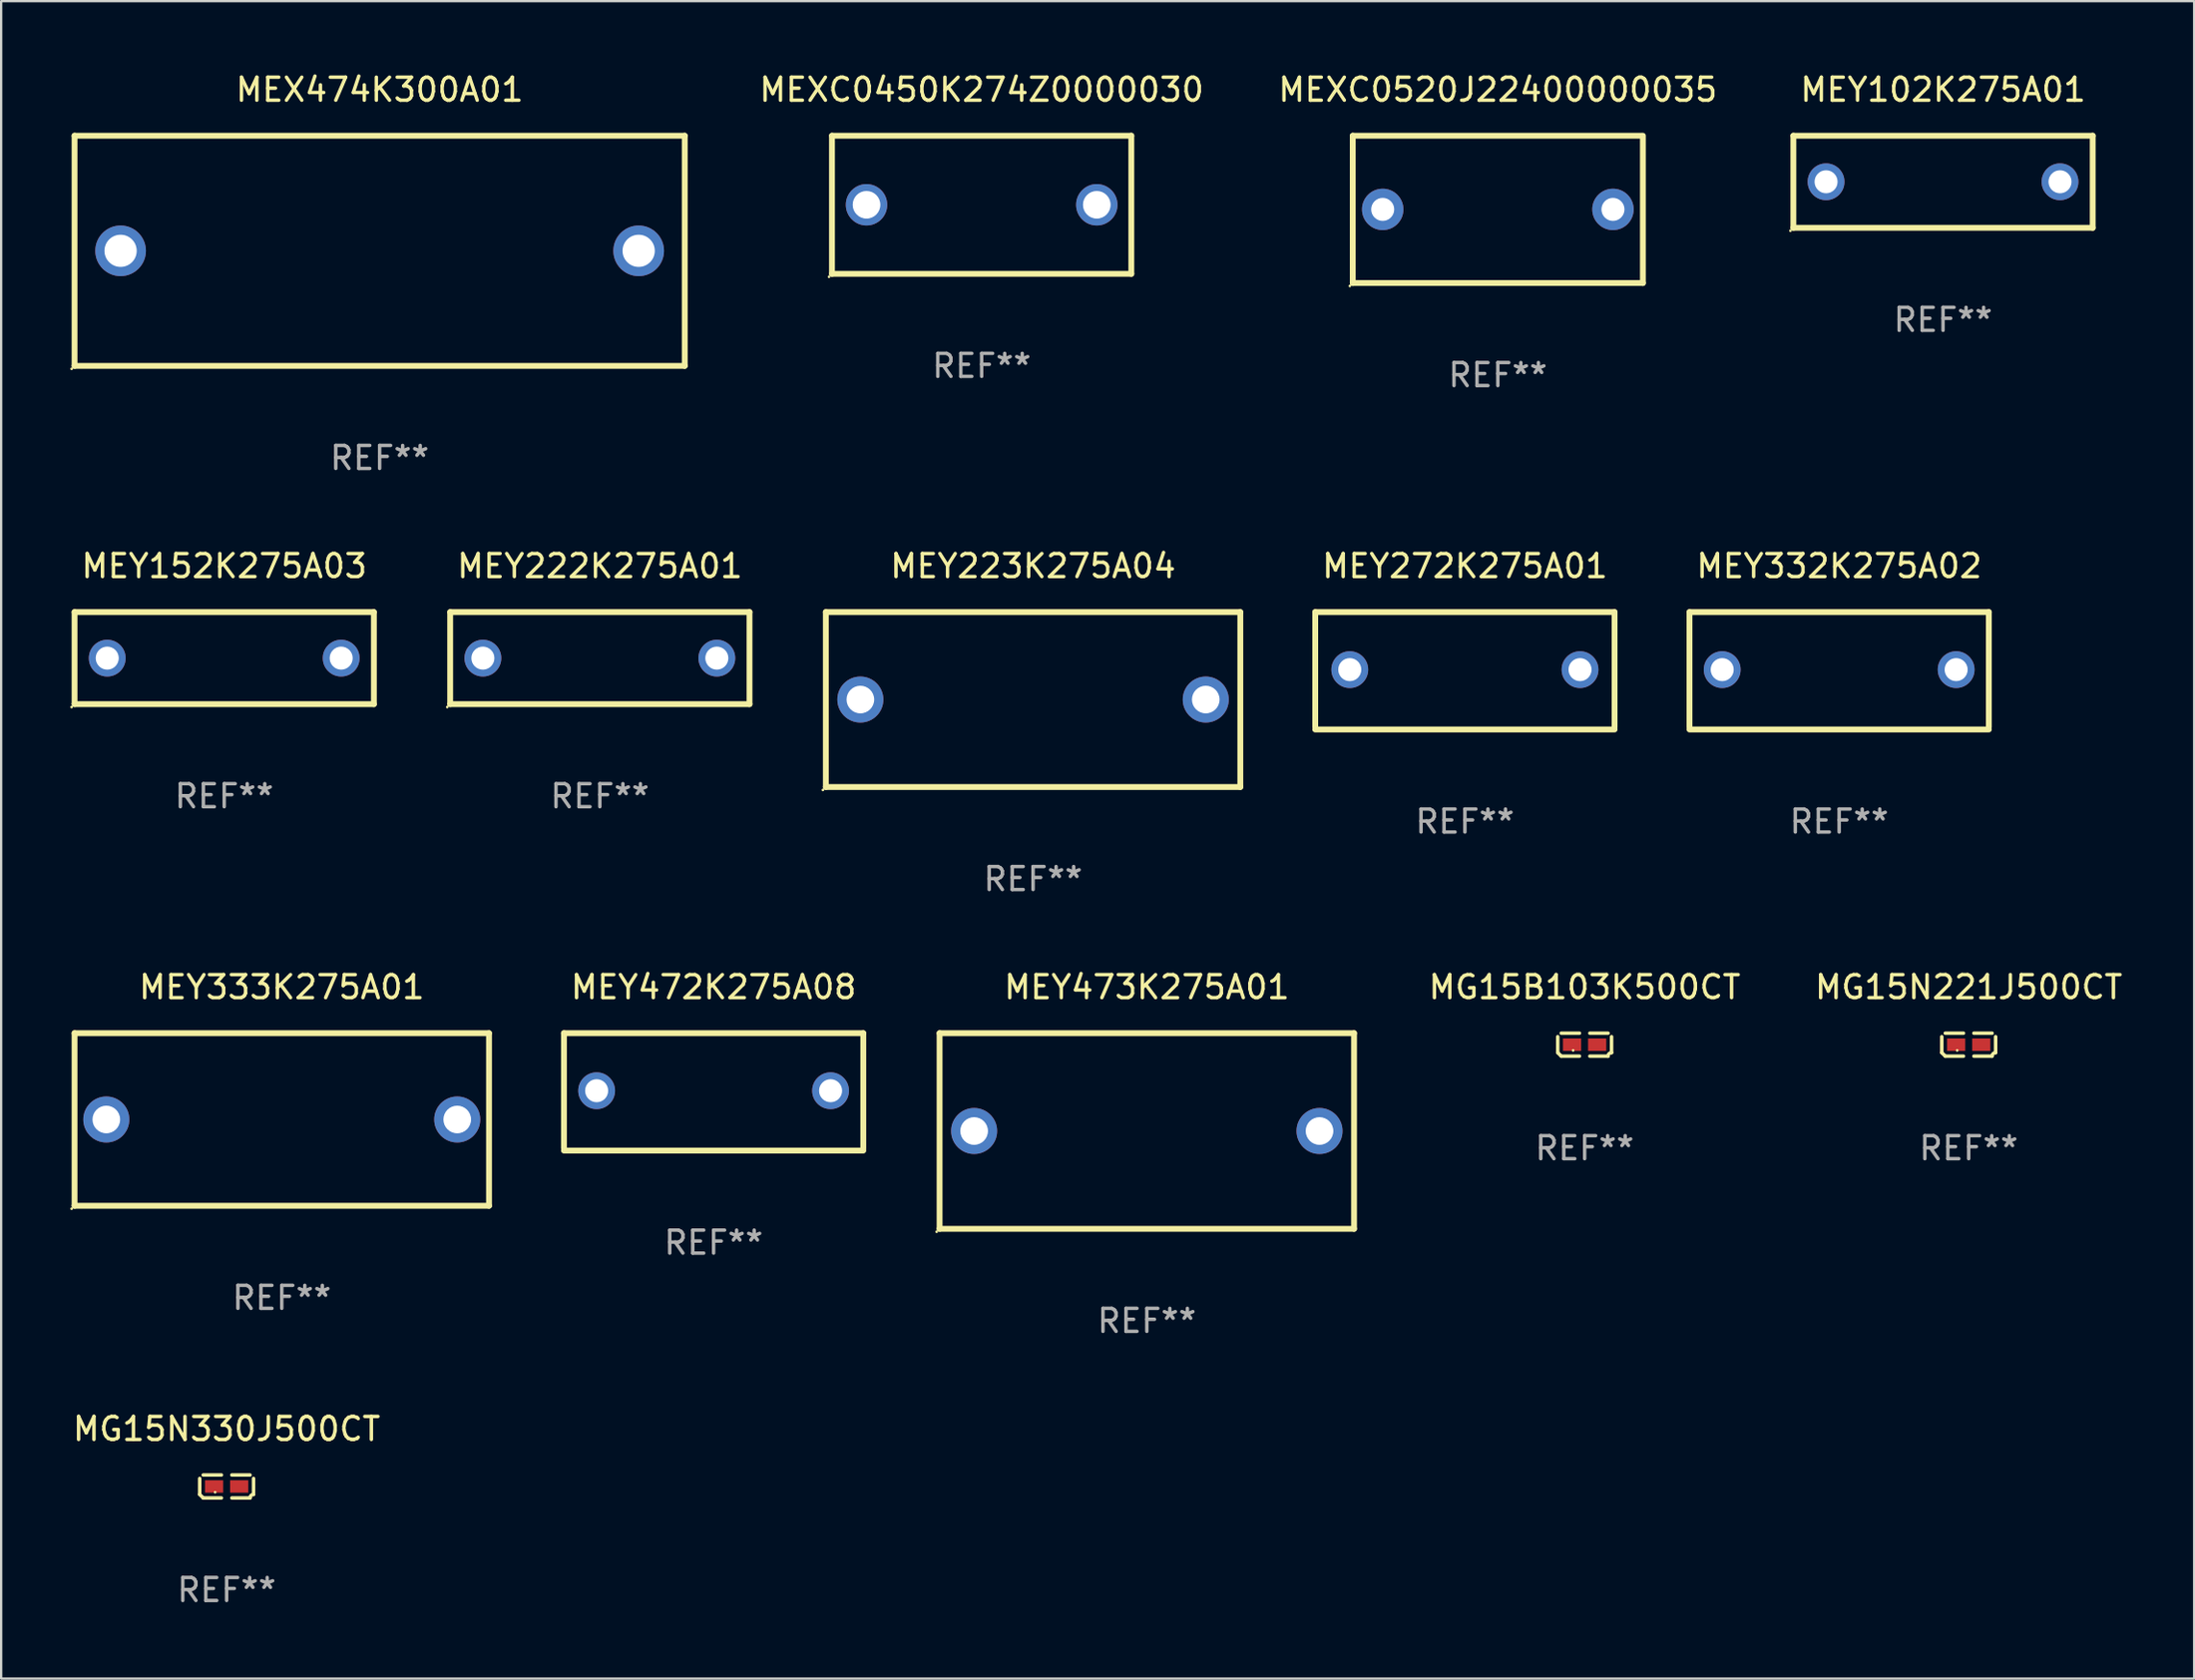
<source format=kicad_pcb>
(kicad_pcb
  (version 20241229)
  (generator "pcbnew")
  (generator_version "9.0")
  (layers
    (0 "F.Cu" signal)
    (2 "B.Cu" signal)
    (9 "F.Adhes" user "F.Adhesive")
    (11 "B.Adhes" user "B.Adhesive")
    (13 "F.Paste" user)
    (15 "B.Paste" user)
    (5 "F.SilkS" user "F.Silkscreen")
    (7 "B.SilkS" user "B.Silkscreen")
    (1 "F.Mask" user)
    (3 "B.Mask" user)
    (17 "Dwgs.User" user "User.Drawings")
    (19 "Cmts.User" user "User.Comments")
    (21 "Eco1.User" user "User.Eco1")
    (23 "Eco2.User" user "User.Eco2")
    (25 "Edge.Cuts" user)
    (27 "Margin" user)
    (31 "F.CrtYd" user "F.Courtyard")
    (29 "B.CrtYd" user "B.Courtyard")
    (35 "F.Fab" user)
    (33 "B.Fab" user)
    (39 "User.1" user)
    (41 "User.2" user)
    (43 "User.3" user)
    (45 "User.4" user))
  (footprint "MEXC0450K274Z0000030"
    (layer "F.Cu")
    (at 39.582 5.848)
    (property "Reference" "MEXC0450K274Z0000030" (at 0 -5 0) (layer "F.SilkS") (effects (font (size 1 1) (thickness 0.15))))
    (attr through_hole)
    (fp_line (start -6.5 -3) (end 6.5 -3) (stroke (width 0.254) (type solid)) (layer "F.SilkS"))
    (fp_line (start -6.5 3) (end -6.5 -3) (stroke (width 0.254) (type solid)) (layer "F.SilkS"))
    (fp_line (start -6.5 3) (end 6.5 3) (stroke (width 0.254) (type solid)) (layer "F.SilkS"))
    (fp_line (start 6.5 -3) (end 6.5 3) (stroke (width 0.254) (type solid)) (layer "F.SilkS"))
    (fp_circle (center -6.627 3.127) (end -6.597 3.127) (stroke (width 0.06) (type solid)) (fill no) (layer "F.SilkS"))
    (fp_text user "REF**" (at 0 7 0) (layer "F.Fab") (effects (font (size 1 1) (thickness 0.15))))
    (pad "1" thru_hole circle (at -5 0) (size 1.8 1.8) (drill 1.2) (layers "*.Cu" "*.Mask"))
    (pad "2" thru_hole circle (at 5 0) (size 1.8 1.8) (drill 1.2) (layers "*.Cu" "*.Mask")))
  (footprint "MEY272K275A01"
    (layer "F.Cu")
    (at 60.569 26.095)
    (property "Reference" "MEY272K275A01" (at 0 -4.55 0) (layer "F.SilkS") (effects (font (size 1 1) (thickness 0.15))))
    (attr through_hole)
    (fp_line (start -6.5 -2.55) (end 6.5 -2.55) (stroke (width 0.254) (type solid)) (layer "F.SilkS"))
    (fp_line (start -6.5 2.45) (end -6.5 -2.55) (stroke (width 0.254) (type solid)) (layer "F.SilkS"))
    (fp_line (start 6.5 -2.55) (end 6.5 2.45) (stroke (width 0.254) (type solid)) (layer "F.SilkS"))
    (fp_line (start 6.5 2.55) (end -6.5 2.55) (stroke (width 0.254) (type solid)) (layer "F.SilkS"))
    (fp_circle (center -6.5 2.45) (end -6.47 2.45) (stroke (width 0.06) (type solid)) (fill no) (layer "F.SilkS"))
    (fp_text user "REF**" (at 0 6.55 0) (layer "F.Fab") (effects (font (size 1 1) (thickness 0.15))))
    (pad "1" thru_hole circle (at -5 -0.05) (size 1.6 1.6) (drill 1) (layers "*.Cu" "*.Mask"))
    (pad "2" thru_hole circle (at 5 -0.05) (size 1.6 1.6) (drill 1) (layers "*.Cu" "*.Mask")))
  (footprint "MEY223K275A04"
    (layer "F.Cu")
    (at 41.815 27.345)
    (property "Reference" "MEY223K275A04" (at 0 -5.8 0) (layer "F.SilkS") (effects (font (size 1 1) (thickness 0.15))))
    (attr through_hole)
    (fp_line (start -9 -3.8) (end -9 3.8) (stroke (width 0.254) (type solid)) (layer "F.SilkS"))
    (fp_line (start -9 -3.8) (end 9 -3.8) (stroke (width 0.254) (type solid)) (layer "F.SilkS"))
    (fp_line (start 9 -3.8) (end 9 3.8) (stroke (width 0.254) (type solid)) (layer "F.SilkS"))
    (fp_line (start 9 3.8) (end -9 3.8) (stroke (width 0.254) (type solid)) (layer "F.SilkS"))
    (fp_circle (center -9.127 3.927) (end -9.097 3.927) (stroke (width 0.06) (type solid)) (fill no) (layer "F.SilkS"))
    (fp_text user "REF**" (at 0 7.8 0) (layer "F.Fab") (effects (font (size 1 1) (thickness 0.15))))
    (pad "1" thru_hole circle (at -7.5 0) (size 2 2) (drill 1.2) (layers "*.Cu" "*.Mask"))
    (pad "2" thru_hole circle (at 7.5 0) (size 2 2) (drill 1.2) (layers "*.Cu" "*.Mask")))
  (footprint "MEY472K275A08"
    (layer "F.Cu")
    (at 27.941 44.391)
    (property "Reference" "MEY472K275A08" (at 0 -4.55 0) (layer "F.SilkS") (effects (font (size 1 1) (thickness 0.15))))
    (attr through_hole)
    (fp_line (start -6.5 -2.55) (end 6.5 -2.55) (stroke (width 0.254) (type solid)) (layer "F.SilkS"))
    (fp_line (start -6.5 2.45) (end -6.5 -2.55) (stroke (width 0.254) (type solid)) (layer "F.SilkS"))
    (fp_line (start 6.5 -2.55) (end 6.5 2.45) (stroke (width 0.254) (type solid)) (layer "F.SilkS"))
    (fp_line (start 6.5 2.55) (end -6.5 2.55) (stroke (width 0.254) (type solid)) (layer "F.SilkS"))
    (fp_circle (center -6.5 2.45) (end -6.47 2.45) (stroke (width 0.06) (type solid)) (fill no) (layer "F.SilkS"))
    (fp_text user "REF**" (at 0 6.55 0) (layer "F.Fab") (effects (font (size 1 1) (thickness 0.15))))
    (pad "1" thru_hole circle (at -5.08 -0.05) (size 1.6 1.6) (drill 1) (layers "*.Cu" "*.Mask"))
    (pad "2" thru_hole circle (at 5.08 -0.05) (size 1.6 1.6) (drill 1) (layers "*.Cu" "*.Mask")))
  (footprint "MEY473K275A01"
    (layer "F.Cu")
    (at 46.755 46.091)
    (property "Reference" "MEY473K275A01" (at 0 -6.25 0) (layer "F.SilkS") (effects (font (size 1 1) (thickness 0.15))))
    (attr through_hole)
    (fp_line (start -9 -4.25) (end -9 4.25) (stroke (width 0.254) (type solid)) (layer "F.SilkS"))
    (fp_line (start -9 -4.25) (end 9 -4.25) (stroke (width 0.254) (type solid)) (layer "F.SilkS"))
    (fp_line (start 9 4.25) (end -9 4.25) (stroke (width 0.254) (type solid)) (layer "F.SilkS"))
    (fp_line (start 9 4.25) (end 9 -4.25) (stroke (width 0.254) (type solid)) (layer "F.SilkS"))
    (fp_circle (center -9.127 4.377) (end -9.097 4.377) (stroke (width 0.06) (type solid)) (fill no) (layer "F.SilkS"))
    (fp_text user "REF**" (at 0 8.25 0) (layer "F.Fab") (effects (font (size 1 1) (thickness 0.15))))
    (pad "1" thru_hole circle (at -7.5 0) (size 2 2) (drill 1.2) (layers "*.Cu" "*.Mask"))
    (pad "2" thru_hole circle (at 7.5 0) (size 2 2) (drill 1.2) (layers "*.Cu" "*.Mask")))
  (footprint "MEY333K275A01"
    (layer "F.Cu")
    (at 9.187 45.591)
    (property "Reference" "MEY333K275A01" (at 0 -5.75 0) (layer "F.SilkS") (effects (font (size 1 1) (thickness 0.15))))
    (attr through_hole)
    (fp_line (start -9 -3.75) (end 9 -3.75) (stroke (width 0.254) (type solid)) (layer "F.SilkS"))
    (fp_line (start -9 3.75) (end -9 -3.75) (stroke (width 0.254) (type solid)) (layer "F.SilkS"))
    (fp_line (start 9 -3.75) (end 9 3.75) (stroke (width 0.254) (type solid)) (layer "F.SilkS"))
    (fp_line (start 9 3.75) (end -9 3.75) (stroke (width 0.254) (type solid)) (layer "F.SilkS"))
    (fp_circle (center -9.127 3.877) (end -9.097 3.877) (stroke (width 0.06) (type solid)) (fill no) (layer "F.SilkS"))
    (fp_text user "REF**" (at 0 7.75 0) (layer "F.Fab") (effects (font (size 1 1) (thickness 0.15))))
    (pad "1" thru_hole circle (at -7.62 0) (size 2 2) (drill 1.2) (layers "*.Cu" "*.Mask"))
    (pad "2" thru_hole circle (at 7.62 0) (size 2 2) (drill 1.2) (layers "*.Cu" "*.Mask")))
  (footprint "MEX474K300A01"
    (layer "F.Cu")
    (at 13.437 7.848)
    (property "Reference" "MEX474K300A01" (at 0 -7 0) (layer "F.SilkS") (effects (font (size 1 1) (thickness 0.15))))
    (attr through_hole)
    (fp_line (start -13.25 -5) (end 13.25 -5) (stroke (width 0.254) (type solid)) (layer "F.SilkS"))
    (fp_line (start -13.25 5) (end -13.25 -5) (stroke (width 0.254) (type solid)) (layer "F.SilkS"))
    (fp_line (start 13.25 -5) (end 13.25 5) (stroke (width 0.254) (type solid)) (layer "F.SilkS"))
    (fp_line (start 13.25 5) (end -13.25 5) (stroke (width 0.254) (type solid)) (layer "F.SilkS"))
    (fp_circle (center -13.377 5.127) (end -13.347 5.127) (stroke (width 0.06) (type solid)) (fill no) (layer "F.SilkS"))
    (fp_text user "REF**" (at 0 9 0) (layer "F.Fab") (effects (font (size 1 1) (thickness 0.15))))
    (pad "1" thru_hole circle (at -11.25 0) (size 2.2 2.2) (drill 1.4) (layers "*.Cu" "*.Mask"))
    (pad "2" thru_hole circle (at 11.25 0) (size 2.2 2.2) (drill 1.4) (layers "*.Cu" "*.Mask")))
  (footprint "MEY332K275A02"
    (layer "F.Cu")
    (at 76.823 26.095)
    (property "Reference" "MEY332K275A02" (at 0 -4.55 0) (layer "F.SilkS") (effects (font (size 1 1) (thickness 0.15))))
    (attr through_hole)
    (fp_line (start -6.5 -2.55) (end 6.5 -2.55) (stroke (width 0.254) (type solid)) (layer "F.SilkS"))
    (fp_line (start -6.5 2.45) (end -6.5 -2.55) (stroke (width 0.254) (type solid)) (layer "F.SilkS"))
    (fp_line (start 6.5 -2.55) (end 6.5 2.45) (stroke (width 0.254) (type solid)) (layer "F.SilkS"))
    (fp_line (start 6.5 2.55) (end -6.5 2.55) (stroke (width 0.254) (type solid)) (layer "F.SilkS"))
    (fp_circle (center -6.5 2.45) (end -6.47 2.45) (stroke (width 0.06) (type solid)) (fill no) (layer "F.SilkS"))
    (fp_text user "REF**" (at 0 6.55 0) (layer "F.Fab") (effects (font (size 1 1) (thickness 0.15))))
    (pad "1" thru_hole circle (at -5.08 -0.05) (size 1.6 1.6) (drill 1) (layers "*.Cu" "*.Mask"))
    (pad "2" thru_hole circle (at 5.08 -0.05) (size 1.6 1.6) (drill 1) (layers "*.Cu" "*.Mask")))
  (footprint "MG15N221J500CT"
    (layer "F.Cu")
    (at 82.448 42.34)
    (property "Reference" "MG15N221J500CT" (at 0 -2.499 0) (layer "F.SilkS") (effects (font (size 1 1) (thickness 0.15))))
    (attr through_hole)
    (fp_line (start -1.169 0.346) (end -1.169 -0.346) (stroke (width 0.152) (type solid)) (layer "F.SilkS"))
    (fp_line (start -1.016 -0.499) (end -0.226 -0.499) (stroke (width 0.152) (type solid)) (layer "F.SilkS"))
    (fp_line (start -0.226 0.499) (end -1.016 0.499) (stroke (width 0.152) (type solid)) (layer "F.SilkS"))
    (fp_line (start 0.226 0.499) (end 1.016 0.499) (stroke (width 0.152) (type solid)) (layer "F.SilkS"))
    (fp_line (start 1.016 -0.499) (end 0.226 -0.499) (stroke (width 0.152) (type solid)) (layer "F.SilkS"))
    (fp_line (start 1.169 0.346) (end 1.169 -0.346) (stroke (width 0.152) (type solid)) (layer "F.SilkS"))
    (fp_arc (start -1.016307 0.498603) (mid -1.092512 0.422405) (end -1.16871 0.3462) (stroke (width 0.1524) (type solid)) (layer "F.SilkS"))
    (fp_arc (start 1.016307 0.498603) (mid 1.060899 0.390758) (end 1.168707 0.346076) (stroke (width 0.1524) (type solid)) (layer "F.SilkS"))
    (fp_circle (center -0.5 0.25) (end -0.47 0.25) (stroke (width 0.06) (type solid)) (fill no) (layer "F.SilkS"))
    (fp_text user "REF**" (at 0 4.499 0) (layer "F.Fab") (effects (font (size 1 1) (thickness 0.15))))
    (pad "1" smd rect (at -0.545 0) (size 0.79 0.54) (layers "F.Cu" "F.Mask" "F.Paste"))
    (pad "2" smd rect (at 0.545 0) (size 0.79 0.54) (layers "F.Cu" "F.Mask" "F.Paste")))
  (footprint "MEY222K275A01"
    (layer "F.Cu")
    (at 23.001 25.545)
    (property "Reference" "MEY222K275A01" (at 0 -4 0) (layer "F.SilkS") (effects (font (size 1 1) (thickness 0.15))))
    (attr through_hole)
    (fp_line (start -6.5 -2) (end 6.5 -2) (stroke (width 0.254) (type solid)) (layer "F.SilkS"))
    (fp_line (start -6.5 2) (end -6.5 -2) (stroke (width 0.254) (type solid)) (layer "F.SilkS"))
    (fp_line (start 6.5 -2) (end 6.5 2) (stroke (width 0.254) (type solid)) (layer "F.SilkS"))
    (fp_line (start 6.5 2) (end -6.5 2) (stroke (width 0.254) (type solid)) (layer "F.SilkS"))
    (fp_circle (center -6.627 2.127) (end -6.597 2.127) (stroke (width 0.06) (type solid)) (fill no) (layer "F.SilkS"))
    (fp_text user "REF**" (at 0 6 0) (layer "F.Fab") (effects (font (size 1 1) (thickness 0.15))))
    (pad "1" thru_hole circle (at -5.08 0) (size 1.6 1.6) (drill 1) (layers "*.Cu" "*.Mask"))
    (pad "2" thru_hole circle (at 5.08 0) (size 1.6 1.6) (drill 1) (layers "*.Cu" "*.Mask")))
  (footprint "MG15B103K500CT"
    (layer "F.Cu")
    (at 65.769 42.34)
    (property "Reference" "MG15B103K500CT" (at 0 -2.499 0) (layer "F.SilkS") (effects (font (size 1 1) (thickness 0.15))))
    (attr through_hole)
    (fp_line (start -1.169 0.346) (end -1.169 -0.346) (stroke (width 0.152) (type solid)) (layer "F.SilkS"))
    (fp_line (start -1.016 -0.499) (end -0.226 -0.499) (stroke (width 0.152) (type solid)) (layer "F.SilkS"))
    (fp_line (start -0.226 0.499) (end -1.016 0.499) (stroke (width 0.152) (type solid)) (layer "F.SilkS"))
    (fp_line (start 0.226 0.499) (end 1.016 0.499) (stroke (width 0.152) (type solid)) (layer "F.SilkS"))
    (fp_line (start 1.016 -0.499) (end 0.226 -0.499) (stroke (width 0.152) (type solid)) (layer "F.SilkS"))
    (fp_line (start 1.169 0.346) (end 1.169 -0.346) (stroke (width 0.152) (type solid)) (layer "F.SilkS"))
    (fp_arc (start -1.016307 0.498603) (mid -1.092512 0.422405) (end -1.16871 0.3462) (stroke (width 0.1524) (type solid)) (layer "F.SilkS"))
    (fp_arc (start 1.016307 0.498603) (mid 1.060899 0.390758) (end 1.168707 0.346076) (stroke (width 0.1524) (type solid)) (layer "F.SilkS"))
    (fp_circle (center -0.5 0.25) (end -0.47 0.25) (stroke (width 0.06) (type solid)) (fill no) (layer "F.SilkS"))
    (fp_text user "REF**" (at 0 4.499 0) (layer "F.Fab") (effects (font (size 1 1) (thickness 0.15))))
    (pad "1" smd rect (at -0.545 0) (size 0.79 0.54) (layers "F.Cu" "F.Mask" "F.Paste"))
    (pad "2" smd rect (at 0.545 0) (size 0.79 0.54) (layers "F.Cu" "F.Mask" "F.Paste")))
  (footprint "MEY152K275A03"
    (layer "F.Cu")
    (at 6.687 25.545)
    (property "Reference" "MEY152K275A03" (at 0 -4 0) (layer "F.SilkS") (effects (font (size 1 1) (thickness 0.15))))
    (attr through_hole)
    (fp_line (start -6.5 -2) (end 6.5 -2) (stroke (width 0.254) (type solid)) (layer "F.SilkS"))
    (fp_line (start -6.5 2) (end -6.5 -2) (stroke (width 0.254) (type solid)) (layer "F.SilkS"))
    (fp_line (start 6.5 -2) (end 6.5 2) (stroke (width 0.254) (type solid)) (layer "F.SilkS"))
    (fp_line (start 6.5 2) (end -6.5 2) (stroke (width 0.254) (type solid)) (layer "F.SilkS"))
    (fp_circle (center -6.627 2.127) (end -6.597 2.127) (stroke (width 0.06) (type solid)) (fill no) (layer "F.SilkS"))
    (fp_text user "REF**" (at 0 6 0) (layer "F.Fab") (effects (font (size 1 1) (thickness 0.15))))
    (pad "1" thru_hole circle (at -5.08 0) (size 1.6 1.6) (drill 1) (layers "*.Cu" "*.Mask"))
    (pad "2" thru_hole circle (at 5.08 0) (size 1.6 1.6) (drill 1) (layers "*.Cu" "*.Mask")))
  (footprint "MG15N330J500CT"
    (layer "F.Cu")
    (at 6.792 61.536)
    (property "Reference" "MG15N330J500CT" (at 0 -2.499 0) (layer "F.SilkS") (effects (font (size 1 1) (thickness 0.15))))
    (attr through_hole)
    (fp_line (start -1.169 0.346) (end -1.169 -0.346) (stroke (width 0.152) (type solid)) (layer "F.SilkS"))
    (fp_line (start -1.016 -0.499) (end -0.226 -0.499) (stroke (width 0.152) (type solid)) (layer "F.SilkS"))
    (fp_line (start -0.226 0.499) (end -1.016 0.499) (stroke (width 0.152) (type solid)) (layer "F.SilkS"))
    (fp_line (start 0.226 0.499) (end 1.016 0.499) (stroke (width 0.152) (type solid)) (layer "F.SilkS"))
    (fp_line (start 1.016 -0.499) (end 0.226 -0.499) (stroke (width 0.152) (type solid)) (layer "F.SilkS"))
    (fp_line (start 1.169 0.346) (end 1.169 -0.346) (stroke (width 0.152) (type solid)) (layer "F.SilkS"))
    (fp_arc (start -1.016307 0.498603) (mid -1.092512 0.422405) (end -1.16871 0.3462) (stroke (width 0.1524) (type solid)) (layer "F.SilkS"))
    (fp_arc (start 1.016307 0.498603) (mid 1.060899 0.390758) (end 1.168707 0.346076) (stroke (width 0.1524) (type solid)) (layer "F.SilkS"))
    (fp_circle (center -0.5 0.25) (end -0.47 0.25) (stroke (width 0.06) (type solid)) (fill no) (layer "F.SilkS"))
    (fp_text user "REF**" (at 0 4.499 0) (layer "F.Fab") (effects (font (size 1 1) (thickness 0.15))))
    (pad "1" smd rect (at -0.545 0) (size 0.79 0.54) (layers "F.Cu" "F.Mask" "F.Paste"))
    (pad "2" smd rect (at 0.545 0) (size 0.79 0.54) (layers "F.Cu" "F.Mask" "F.Paste")))
  (footprint "MEY102K275A01"
    (layer "F.Cu")
    (at 81.334 4.848)
    (property "Reference" "MEY102K275A01" (at 0 -4 0) (layer "F.SilkS") (effects (font (size 1 1) (thickness 0.15))))
    (attr through_hole)
    (fp_line (start -6.5 -2) (end 6.5 -2) (stroke (width 0.254) (type solid)) (layer "F.SilkS"))
    (fp_line (start -6.5 2) (end -6.5 -2) (stroke (width 0.254) (type solid)) (layer "F.SilkS"))
    (fp_line (start 6.5 -2) (end 6.5 2) (stroke (width 0.254) (type solid)) (layer "F.SilkS"))
    (fp_line (start 6.5 2) (end -6.5 2) (stroke (width 0.254) (type solid)) (layer "F.SilkS"))
    (fp_circle (center -6.627 2.127) (end -6.597 2.127) (stroke (width 0.06) (type solid)) (fill no) (layer "F.SilkS"))
    (fp_text user "REF**" (at 0 6 0) (layer "F.Fab") (effects (font (size 1 1) (thickness 0.15))))
    (pad "1" thru_hole circle (at -5.08 0) (size 1.6 1.6) (drill 1) (layers "*.Cu" "*.Mask"))
    (pad "2" thru_hole circle (at 5.08 0) (size 1.6 1.6) (drill 1) (layers "*.Cu" "*.Mask")))
  (footprint "MEXC0520J22400000035"
    (layer "F.Cu")
    (at 61.999 6.048)
    (property "Reference" "MEXC0520J22400000035" (at 0 -5.2 0) (layer "F.SilkS") (effects (font (size 1 1) (thickness 0.15))))
    (attr through_hole)
    (fp_line (start -6.3 3.2) (end 6.3 3.2) (stroke (width 0.254) (type solid)) (layer "F.SilkS"))
    (fp_line (start -6.3 -3.2) (end -6.3 3.2) (stroke (width 0.254) (type solid)) (layer "F.SilkS"))
    (fp_line (start -6.3 -3.2) (end 6.223 -3.2) (stroke (width 0.254) (type solid)) (layer "F.SilkS"))
    (fp_line (start 6.3 -3.2) (end 6.3 3.2) (stroke (width 0.254) (type solid)) (layer "F.SilkS"))
    (fp_circle (center -6.427 3.327) (end -6.397 3.327) (stroke (width 0.06) (type solid)) (fill no) (layer "F.SilkS"))
    (fp_text user "REF**" (at 0 7.2 0) (layer "F.Fab") (effects (font (size 1 1) (thickness 0.15))))
    (pad "1" thru_hole circle (at -5 0) (size 1.8 1.8) (drill 1) (layers "*.Cu" "*.Mask"))
    (pad "2" thru_hole circle (at 5 0) (size 1.8 1.8) (drill 1) (layers "*.Cu" "*.Mask")))
  (gr_rect
    (start -3 -3)
    (end 92.239 69.883)
    (stroke (width 0.1) (type default))
    (fill no)
    (layer "Edge.Cuts")))
</source>
